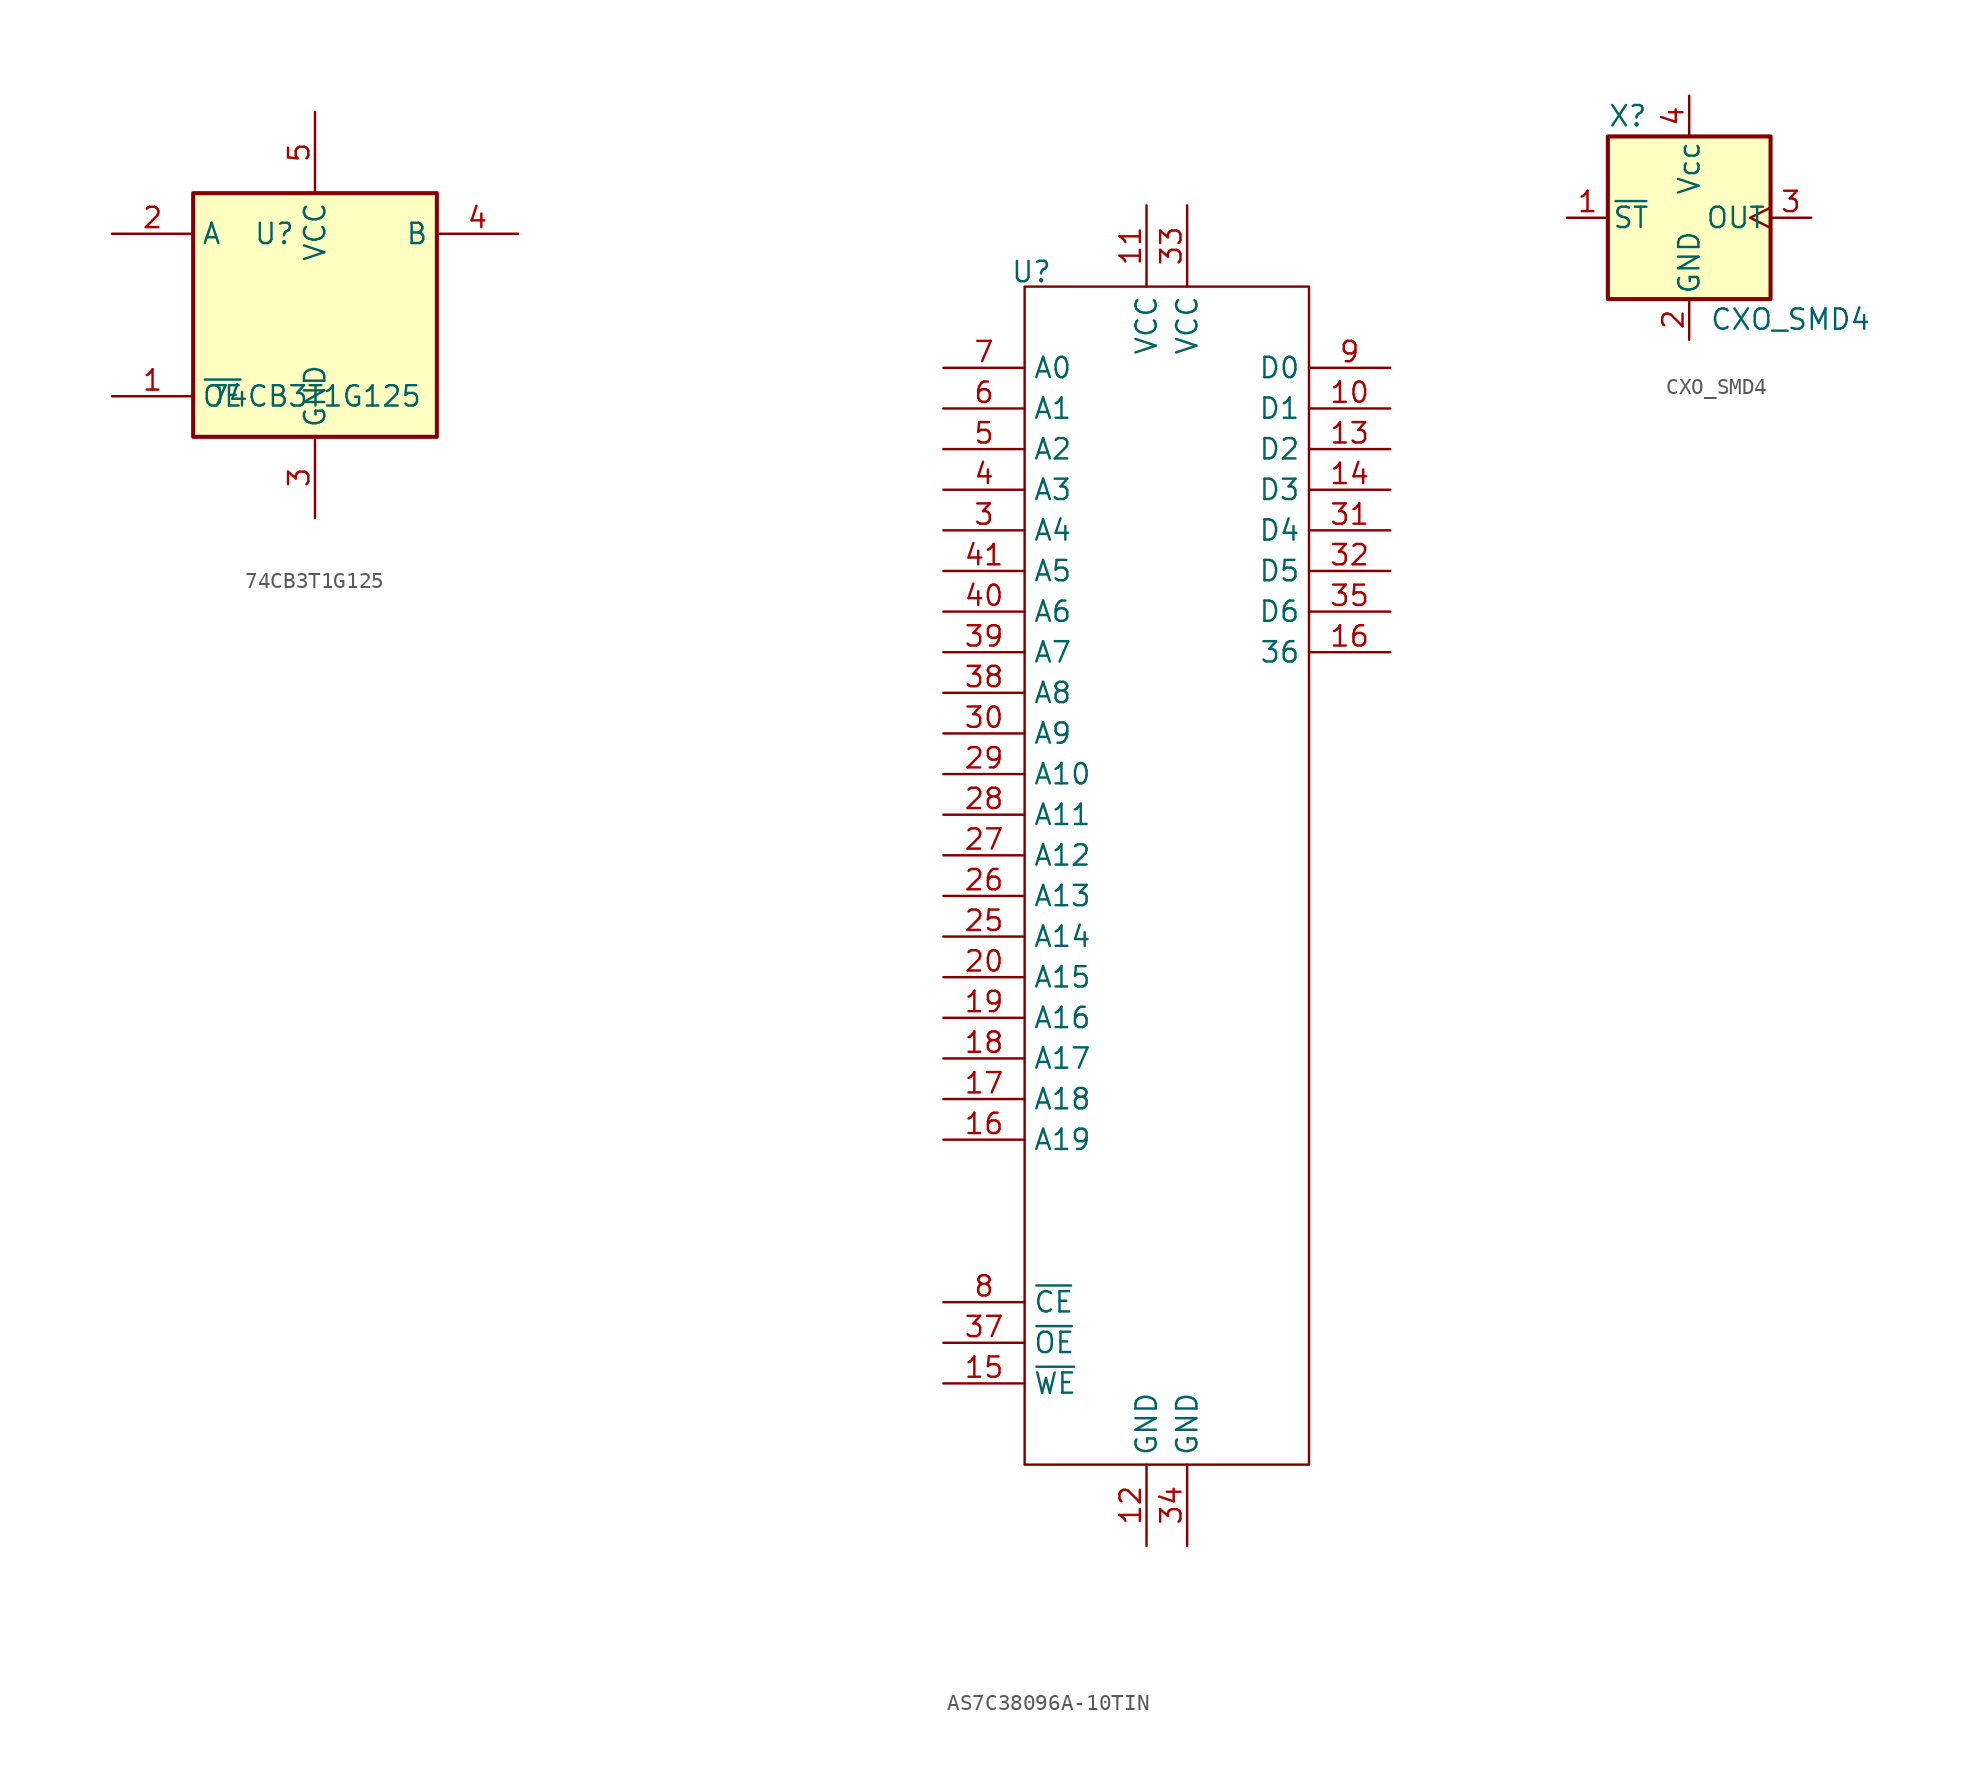
<source format=kicad_sym>
(kicad_symbol_lib
  (version 20220914)
  (generator kicad_symbol_editor)
  (symbol "74CB3T1G125"
    (property "Reference" "U"
      (at -2.54 5.08 0)
      (effects (font (size 1.27 1.27))))
    (property "Value" "74CB3T1G125"
      (at 0 -5.08 0)
      (effects (font (size 1.27 1.27))))
    (symbol "74CB3T1G125_0_1"
      (rectangle (start -7.62 7.62) (end 7.62 -7.62) (stroke (width 0.254) (type default)) (fill (type background))))
    (symbol "74CB3T1G125_1_1"
      (pin input line (at -12.7 -5.08 0) (length 5.08) (name "~{OE}" (effects (font (size 1.27 1.27)))) (number "1" (effects (font (size 1.27 1.27)))))
      (pin input line (at -12.7 5.08 0) (length 5.08) (name "A" (effects (font (size 1.27 1.27)))) (number "2" (effects (font (size 1.27 1.27)))))
      (pin power_in line (at 0 -12.7 90) (length 5.08) (name "GND" (effects (font (size 1.27 1.27)))) (number "3" (effects (font (size 1.27 1.27)))))
      (pin tri_state line (at 12.7 5.08 180) (length 5.08) (name "B" (effects (font (size 1.27 1.27)))) (number "4" (effects (font (size 1.27 1.27)))))
      (pin power_in line (at 0 12.7 270) (length 5.08) (name "VCC" (effects (font (size 1.27 1.27)))) (number "5" (effects (font (size 1.27 1.27)))))))
  (symbol "AS7C38096A-10TIN"
    (property "Reference" "U"
      (at 0.424 0.921 0)
      (do_not_autoplace)
      (effects (font (size 1.27 1.27))))
    (property "Value" ""
      (at 0.424 0.921 0)
      (effects (font (size 1.27 1.27))))
    (symbol "AS7C38096A-10TIN_0_1"
      (rectangle (start 0 0) (end 17.78 -73.66) (stroke (width 0) (type default)) (fill (type none))))
    (symbol "AS7C38096A-10TIN_1_1"
      (pin no_connect line (at -20.32 -30.48 0) (length 5.08) hide (name "NC" (effects (font (size 1.27 1.27)))) (number "1" (effects (font (size 1.27 1.27)))))
      (pin bidirectional line (at 22.86 -7.62 180) (length 5.08) (name "D1" (effects (font (size 1.27 1.27)))) (number "10" (effects (font (size 1.27 1.27)))))
      (pin power_in line (at 7.62 5.08 270) (length 5.08) (name "VCC" (effects (font (size 1.27 1.27)))) (number "11" (effects (font (size 1.27 1.27)))))
      (pin power_in line (at 7.62 -78.74 90) (length 5.08) (name "GND" (effects (font (size 1.27 1.27)))) (number "12" (effects (font (size 1.27 1.27)))))
      (pin bidirectional line (at 22.86 -10.16 180) (length 5.08) (name "D2" (effects (font (size 1.27 1.27)))) (number "13" (effects (font (size 1.27 1.27)))))
      (pin bidirectional line (at 22.86 -12.7 180) (length 5.08) (name "D3" (effects (font (size 1.27 1.27)))) (number "14" (effects (font (size 1.27 1.27)))))
      (pin input line (at -5.08 -68.58 0) (length 5.08) (name "~{WE}" (effects (font (size 1.27 1.27)))) (number "15" (effects (font (size 1.27 1.27)))))
      (pin bidirectional line (at 22.86 -22.86 180) (length 5.08) (name "36" (effects (font (size 1.27 1.27)))) (number "16" (effects (font (size 1.27 1.27)))))
      (pin input line (at -5.08 -53.34 0) (length 5.08) (name "A19" (effects (font (size 1.27 1.27)))) (number "16" (effects (font (size 1.27 1.27)))))
      (pin input line (at -5.08 -50.8 0) (length 5.08) (name "A18" (effects (font (size 1.27 1.27)))) (number "17" (effects (font (size 1.27 1.27)))))
      (pin input line (at -5.08 -48.26 0) (length 5.08) (name "A17" (effects (font (size 1.27 1.27)))) (number "18" (effects (font (size 1.27 1.27)))))
      (pin input line (at -5.08 -45.72 0) (length 5.08) (name "A16" (effects (font (size 1.27 1.27)))) (number "19" (effects (font (size 1.27 1.27)))))
      (pin no_connect line (at -20.32 -33.02 0) (length 5.08) hide (name "NC" (effects (font (size 1.27 1.27)))) (number "2" (effects (font (size 1.27 1.27)))))
      (pin input line (at -5.08 -43.18 0) (length 5.08) (name "A15" (effects (font (size 1.27 1.27)))) (number "20" (effects (font (size 1.27 1.27)))))
      (pin no_connect line (at -20.32 -35.56 0) (length 5.08) hide (name "NC" (effects (font (size 1.27 1.27)))) (number "21" (effects (font (size 1.27 1.27)))))
      (pin no_connect line (at -20.32 -38.1 0) (length 5.08) hide (name "NC" (effects (font (size 1.27 1.27)))) (number "22" (effects (font (size 1.27 1.27)))))
      (pin no_connect line (at -20.32 -40.64 0) (length 5.08) hide (name "NC" (effects (font (size 1.27 1.27)))) (number "23" (effects (font (size 1.27 1.27)))))
      (pin no_connect line (at -20.32 -43.18 0) (length 5.08) hide (name "NC" (effects (font (size 1.27 1.27)))) (number "24" (effects (font (size 1.27 1.27)))))
      (pin input line (at -5.08 -40.64 0) (length 5.08) (name "A14" (effects (font (size 1.27 1.27)))) (number "25" (effects (font (size 1.27 1.27)))))
      (pin input line (at -5.08 -38.1 0) (length 5.08) (name "A13" (effects (font (size 1.27 1.27)))) (number "26" (effects (font (size 1.27 1.27)))))
      (pin input line (at -5.08 -35.56 0) (length 5.08) (name "A12" (effects (font (size 1.27 1.27)))) (number "27" (effects (font (size 1.27 1.27)))))
      (pin input line (at -5.08 -33.02 0) (length 5.08) (name "A11" (effects (font (size 1.27 1.27)))) (number "28" (effects (font (size 1.27 1.27)))))
      (pin input line (at -5.08 -30.48 0) (length 5.08) (name "A10" (effects (font (size 1.27 1.27)))) (number "29" (effects (font (size 1.27 1.27)))))
      (pin input line (at -5.08 -15.24 0) (length 5.08) (name "A4" (effects (font (size 1.27 1.27)))) (number "3" (effects (font (size 1.27 1.27)))))
      (pin input line (at -5.08 -27.94 0) (length 5.08) (name "A9" (effects (font (size 1.27 1.27)))) (number "30" (effects (font (size 1.27 1.27)))))
      (pin bidirectional line (at 22.86 -15.24 180) (length 5.08) (name "D4" (effects (font (size 1.27 1.27)))) (number "31" (effects (font (size 1.27 1.27)))))
      (pin bidirectional line (at 22.86 -17.78 180) (length 5.08) (name "D5" (effects (font (size 1.27 1.27)))) (number "32" (effects (font (size 1.27 1.27)))))
      (pin power_in line (at 10.16 5.08 270) (length 5.08) (name "VCC" (effects (font (size 1.27 1.27)))) (number "33" (effects (font (size 1.27 1.27)))))
      (pin power_in line (at 10.16 -78.74 90) (length 5.08) (name "GND" (effects (font (size 1.27 1.27)))) (number "34" (effects (font (size 1.27 1.27)))))
      (pin bidirectional line (at 22.86 -20.32 180) (length 5.08) (name "D6" (effects (font (size 1.27 1.27)))) (number "35" (effects (font (size 1.27 1.27)))))
      (pin input line (at -5.08 -66.04 0) (length 5.08) (name "~{OE}" (effects (font (size 1.27 1.27)))) (number "37" (effects (font (size 1.27 1.27)))))
      (pin input line (at -5.08 -25.4 0) (length 5.08) (name "A8" (effects (font (size 1.27 1.27)))) (number "38" (effects (font (size 1.27 1.27)))))
      (pin input line (at -5.08 -22.86 0) (length 5.08) (name "A7" (effects (font (size 1.27 1.27)))) (number "39" (effects (font (size 1.27 1.27)))))
      (pin input line (at -5.08 -12.7 0) (length 5.08) (name "A3" (effects (font (size 1.27 1.27)))) (number "4" (effects (font (size 1.27 1.27)))))
      (pin input line (at -5.08 -20.32 0) (length 5.08) (name "A6" (effects (font (size 1.27 1.27)))) (number "40" (effects (font (size 1.27 1.27)))))
      (pin input line (at -5.08 -17.78 0) (length 5.08) (name "A5" (effects (font (size 1.27 1.27)))) (number "41" (effects (font (size 1.27 1.27)))))
      (pin no_connect line (at -20.32 -45.72 0) (length 5.08) hide (name "NC" (effects (font (size 1.27 1.27)))) (number "42" (effects (font (size 1.27 1.27)))))
      (pin no_connect line (at -20.32 -48.26 0) (length 5.08) hide (name "NC" (effects (font (size 1.27 1.27)))) (number "43" (effects (font (size 1.27 1.27)))))
      (pin no_connect line (at -20.32 -50.8 0) (length 5.08) hide (name "NC" (effects (font (size 1.27 1.27)))) (number "44" (effects (font (size 1.27 1.27)))))
      (pin input line (at -5.08 -10.16 0) (length 5.08) (name "A2" (effects (font (size 1.27 1.27)))) (number "5" (effects (font (size 1.27 1.27)))))
      (pin input line (at -5.08 -7.62 0) (length 5.08) (name "A1" (effects (font (size 1.27 1.27)))) (number "6" (effects (font (size 1.27 1.27)))))
      (pin input line (at -5.08 -5.08 0) (length 5.08) (name "A0" (effects (font (size 1.27 1.27)))) (number "7" (effects (font (size 1.27 1.27)))))
      (pin input line (at -5.08 -63.5 0) (length 5.08) (name "~{CE}" (effects (font (size 1.27 1.27)))) (number "8" (effects (font (size 1.27 1.27)))))
      (pin bidirectional line (at 22.86 -5.08 180) (length 5.08) (name "D0" (effects (font (size 1.27 1.27)))) (number "9" (effects (font (size 1.27 1.27)))))))
  (symbol "CXO_SMD4"
    (pin_names
      (offset 0.254))
    (property "Reference" "X"
      (at -5.08 6.35 0)
      (effects (font (size 1.27 1.27)) (justify left)))
    (property "Value" "CXO_SMD4"
      (at 1.27 -6.35 0)
      (effects (font (size 1.27 1.27)) (justify left)))
    (symbol "CXO_SMD4_0_1"
      (rectangle (start -5.08 5.08) (end 5.08 -5.08) (stroke (width 0.254) (type default)) (fill (type background))))
    (symbol "CXO_SMD4_1_1"
      (pin input line (at -7.62 0 0) (length 2.54) (name "~{ST}" (effects (font (size 1.27 1.27)))) (number "1" (effects (font (size 1.27 1.27)))))
      (pin power_in line (at 0 -7.62 90) (length 2.54) (name "GND" (effects (font (size 1.27 1.27)))) (number "2" (effects (font (size 1.27 1.27)))))
      (pin output clock (at 7.62 0 180) (length 2.54) (name "OUT" (effects (font (size 1.27 1.27)))) (number "3" (effects (font (size 1.27 1.27)))))
      (pin power_in line (at 0 7.62 270) (length 2.54) (name "Vcc" (effects (font (size 1.27 1.27)))) (number "4" (effects (font (size 1.27 1.27))))))))
</source>
